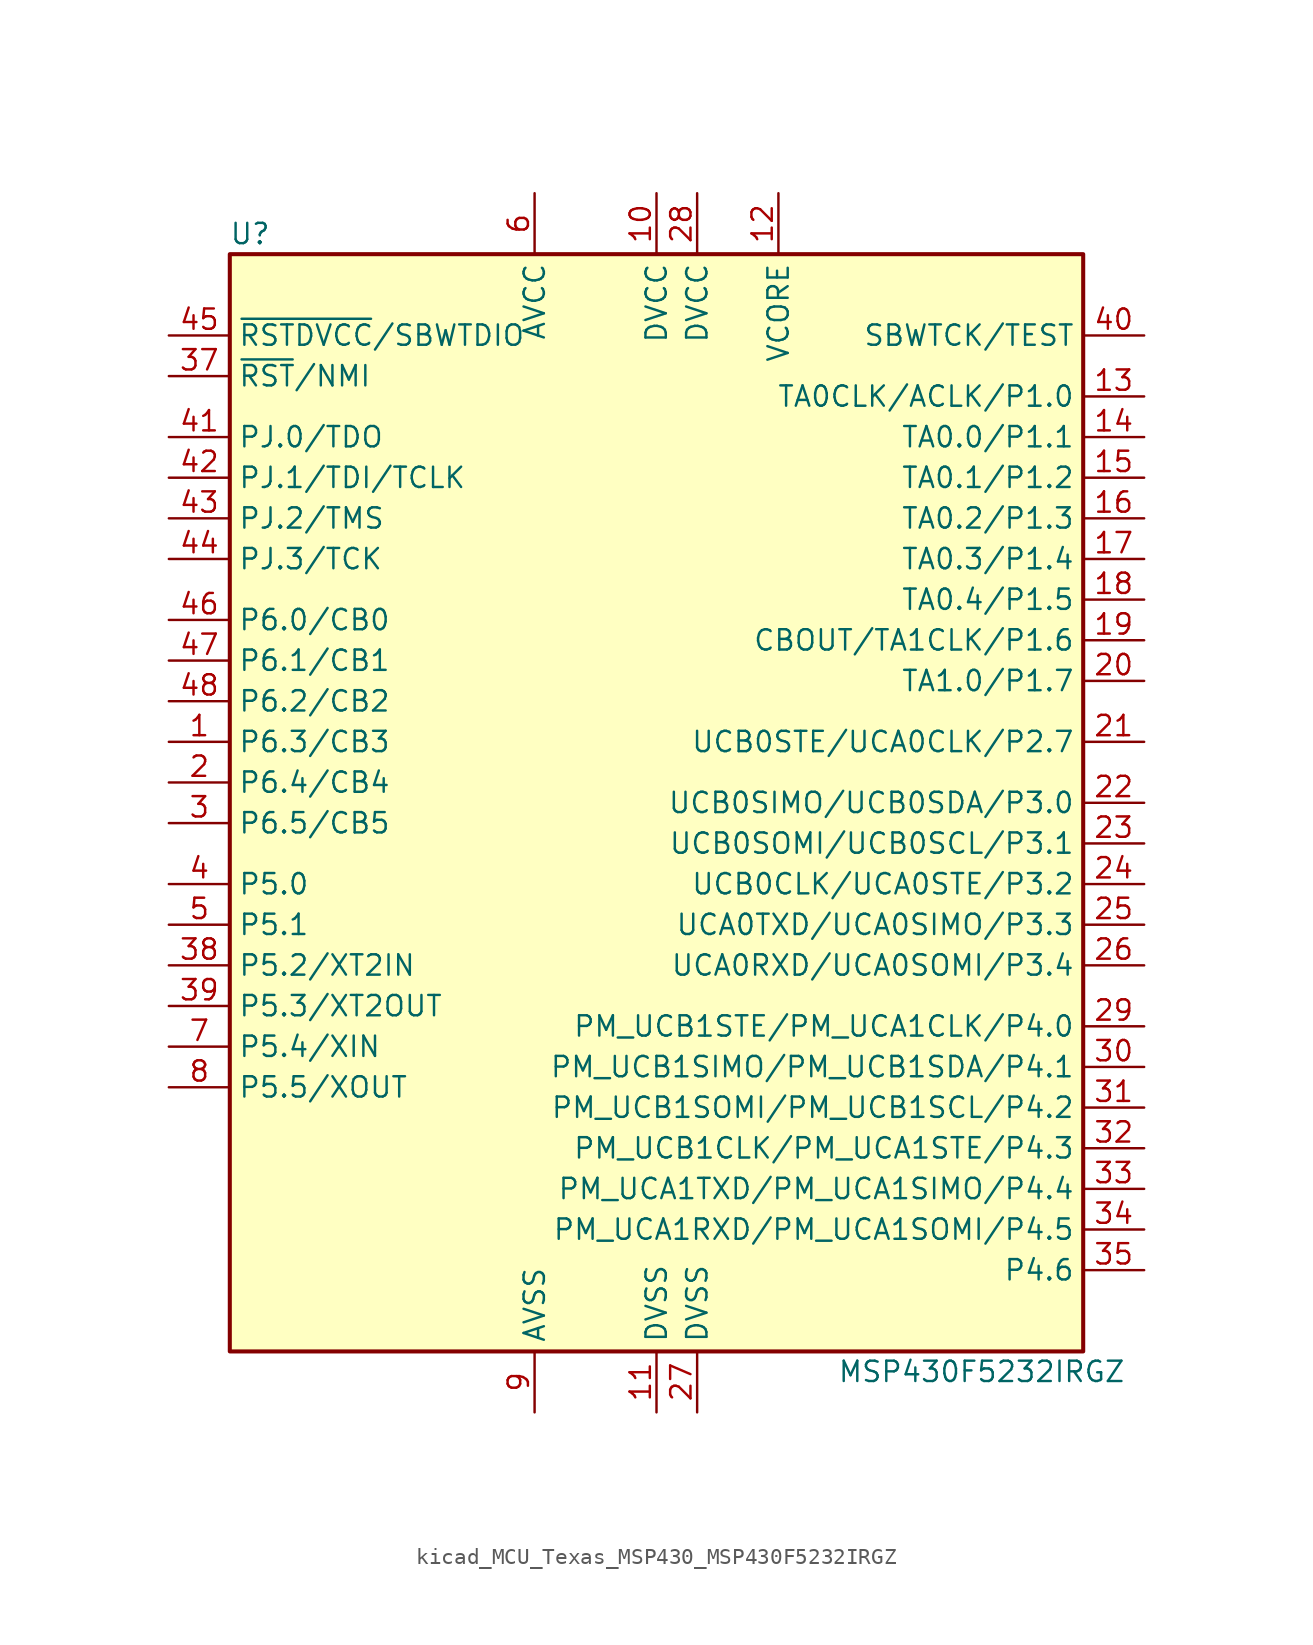
<source format=kicad_sym>
(kicad_symbol_lib
  (version 20220914)
  (generator kicad_symbol_editor)
  (symbol "kicad_MCU_Texas_MSP430_MSP430F5232IRGZ"
    (property "Reference" "U"
      (at -25.4 35.56 0)
      (effects (font (size 1.27 1.27))))
    (property "Value" "MSP430F5232IRGZ"
      (at 20.32 -35.56 0)
      (effects (font (size 1.27 1.27))))
    (symbol "kicad_MCU_Texas_MSP430_MSP430F5232IRGZ_0_1"
      (rectangle (start -26.67 34.29) (end 26.67 -34.29) (stroke (width 0.254) (type default)) (fill (type background))))
    (symbol "kicad_MCU_Texas_MSP430_MSP430F5232IRGZ_1_1"
      (pin bidirectional line (at -30.48 3.81 0) (length 3.81) (name "P6.3/CB3" (effects (font (size 1.27 1.27)))) (number "1" (effects (font (size 1.27 1.27)))))
      (pin power_in line (at 0 38.1 270) (length 3.81) (name "DVCC" (effects (font (size 1.27 1.27)))) (number "10" (effects (font (size 1.27 1.27)))))
      (pin power_in line (at 0 -38.1 90) (length 3.81) (name "DVSS" (effects (font (size 1.27 1.27)))) (number "11" (effects (font (size 1.27 1.27)))))
      (pin passive line (at 7.62 38.1 270) (length 3.81) (name "VCORE" (effects (font (size 1.27 1.27)))) (number "12" (effects (font (size 1.27 1.27)))))
      (pin bidirectional line (at 30.48 25.4 180) (length 3.81) (name "TA0CLK/ACLK/P1.0" (effects (font (size 1.27 1.27)))) (number "13" (effects (font (size 1.27 1.27)))))
      (pin bidirectional line (at 30.48 22.86 180) (length 3.81) (name "TA0.0/P1.1" (effects (font (size 1.27 1.27)))) (number "14" (effects (font (size 1.27 1.27)))))
      (pin bidirectional line (at 30.48 20.32 180) (length 3.81) (name "TA0.1/P1.2" (effects (font (size 1.27 1.27)))) (number "15" (effects (font (size 1.27 1.27)))))
      (pin bidirectional line (at 30.48 17.78 180) (length 3.81) (name "TA0.2/P1.3" (effects (font (size 1.27 1.27)))) (number "16" (effects (font (size 1.27 1.27)))))
      (pin bidirectional line (at 30.48 15.24 180) (length 3.81) (name "TA0.3/P1.4" (effects (font (size 1.27 1.27)))) (number "17" (effects (font (size 1.27 1.27)))))
      (pin bidirectional line (at 30.48 12.7 180) (length 3.81) (name "TA0.4/P1.5" (effects (font (size 1.27 1.27)))) (number "18" (effects (font (size 1.27 1.27)))))
      (pin bidirectional line (at 30.48 10.16 180) (length 3.81) (name "CBOUT/TA1CLK/P1.6" (effects (font (size 1.27 1.27)))) (number "19" (effects (font (size 1.27 1.27)))))
      (pin bidirectional line (at -30.48 1.27 0) (length 3.81) (name "P6.4/CB4" (effects (font (size 1.27 1.27)))) (number "2" (effects (font (size 1.27 1.27)))))
      (pin bidirectional line (at 30.48 7.62 180) (length 3.81) (name "TA1.0/P1.7" (effects (font (size 1.27 1.27)))) (number "20" (effects (font (size 1.27 1.27)))))
      (pin bidirectional line (at 30.48 3.81 180) (length 3.81) (name "UCB0STE/UCA0CLK/P2.7" (effects (font (size 1.27 1.27)))) (number "21" (effects (font (size 1.27 1.27)))))
      (pin bidirectional line (at 30.48 0 180) (length 3.81) (name "UCB0SIMO/UCB0SDA/P3.0" (effects (font (size 1.27 1.27)))) (number "22" (effects (font (size 1.27 1.27)))))
      (pin bidirectional line (at 30.48 -2.54 180) (length 3.81) (name "UCB0SOMI/UCB0SCL/P3.1" (effects (font (size 1.27 1.27)))) (number "23" (effects (font (size 1.27 1.27)))))
      (pin bidirectional line (at 30.48 -5.08 180) (length 3.81) (name "UCB0CLK/UCA0STE/P3.2" (effects (font (size 1.27 1.27)))) (number "24" (effects (font (size 1.27 1.27)))))
      (pin bidirectional line (at 30.48 -7.62 180) (length 3.81) (name "UCA0TXD/UCA0SIMO/P3.3" (effects (font (size 1.27 1.27)))) (number "25" (effects (font (size 1.27 1.27)))))
      (pin bidirectional line (at 30.48 -10.16 180) (length 3.81) (name "UCA0RXD/UCA0SOMI/P3.4" (effects (font (size 1.27 1.27)))) (number "26" (effects (font (size 1.27 1.27)))))
      (pin power_in line (at 2.54 -38.1 90) (length 3.81) (name "DVSS" (effects (font (size 1.27 1.27)))) (number "27" (effects (font (size 1.27 1.27)))))
      (pin power_in line (at 2.54 38.1 270) (length 3.81) (name "DVCC" (effects (font (size 1.27 1.27)))) (number "28" (effects (font (size 1.27 1.27)))))
      (pin bidirectional line (at 30.48 -13.97 180) (length 3.81) (name "PM_UCB1STE/PM_UCA1CLK/P4.0" (effects (font (size 1.27 1.27)))) (number "29" (effects (font (size 1.27 1.27)))))
      (pin bidirectional line (at -30.48 -1.27 0) (length 3.81) (name "P6.5/CB5" (effects (font (size 1.27 1.27)))) (number "3" (effects (font (size 1.27 1.27)))))
      (pin bidirectional line (at 30.48 -16.51 180) (length 3.81) (name "PM_UCB1SIMO/PM_UCB1SDA/P4.1" (effects (font (size 1.27 1.27)))) (number "30" (effects (font (size 1.27 1.27)))))
      (pin bidirectional line (at 30.48 -19.05 180) (length 3.81) (name "PM_UCB1SOMI/PM_UCB1SCL/P4.2" (effects (font (size 1.27 1.27)))) (number "31" (effects (font (size 1.27 1.27)))))
      (pin bidirectional line (at 30.48 -21.59 180) (length 3.81) (name "PM_UCB1CLK/PM_UCA1STE/P4.3" (effects (font (size 1.27 1.27)))) (number "32" (effects (font (size 1.27 1.27)))))
      (pin bidirectional line (at 30.48 -24.13 180) (length 3.81) (name "PM_UCA1TXD/PM_UCA1SIMO/P4.4" (effects (font (size 1.27 1.27)))) (number "33" (effects (font (size 1.27 1.27)))))
      (pin bidirectional line (at 30.48 -26.67 180) (length 3.81) (name "PM_UCA1RXD/PM_UCA1SOMI/P4.5" (effects (font (size 1.27 1.27)))) (number "34" (effects (font (size 1.27 1.27)))))
      (pin bidirectional line (at 30.48 -29.21 180) (length 3.81) (name "P4.6" (effects (font (size 1.27 1.27)))) (number "35" (effects (font (size 1.27 1.27)))))
      (pin input line (at -30.48 26.67 0) (length 3.81) (name "~{RST}/NMI" (effects (font (size 1.27 1.27)))) (number "37" (effects (font (size 1.27 1.27)))))
      (pin bidirectional line (at -30.48 -10.16 0) (length 3.81) (name "P5.2/XT2IN" (effects (font (size 1.27 1.27)))) (number "38" (effects (font (size 1.27 1.27)))))
      (pin bidirectional line (at -30.48 -12.7 0) (length 3.81) (name "P5.3/XT2OUT" (effects (font (size 1.27 1.27)))) (number "39" (effects (font (size 1.27 1.27)))))
      (pin bidirectional line (at -30.48 -5.08 0) (length 3.81) (name "P5.0" (effects (font (size 1.27 1.27)))) (number "4" (effects (font (size 1.27 1.27)))))
      (pin input line (at 30.48 29.21 180) (length 3.81) (name "SBWTCK/TEST" (effects (font (size 1.27 1.27)))) (number "40" (effects (font (size 1.27 1.27)))))
      (pin bidirectional line (at -30.48 22.86 0) (length 3.81) (name "PJ.0/TDO" (effects (font (size 1.27 1.27)))) (number "41" (effects (font (size 1.27 1.27)))))
      (pin bidirectional line (at -30.48 20.32 0) (length 3.81) (name "PJ.1/TDI/TCLK" (effects (font (size 1.27 1.27)))) (number "42" (effects (font (size 1.27 1.27)))))
      (pin bidirectional line (at -30.48 17.78 0) (length 3.81) (name "PJ.2/TMS" (effects (font (size 1.27 1.27)))) (number "43" (effects (font (size 1.27 1.27)))))
      (pin bidirectional line (at -30.48 15.24 0) (length 3.81) (name "PJ.3/TCK" (effects (font (size 1.27 1.27)))) (number "44" (effects (font (size 1.27 1.27)))))
      (pin bidirectional line (at -30.48 29.21 0) (length 3.81) (name "~{RSTDVCC}/SBWTDIO" (effects (font (size 1.27 1.27)))) (number "45" (effects (font (size 1.27 1.27)))))
      (pin bidirectional line (at -30.48 11.43 0) (length 3.81) (name "P6.0/CB0" (effects (font (size 1.27 1.27)))) (number "46" (effects (font (size 1.27 1.27)))))
      (pin bidirectional line (at -30.48 8.89 0) (length 3.81) (name "P6.1/CB1" (effects (font (size 1.27 1.27)))) (number "47" (effects (font (size 1.27 1.27)))))
      (pin bidirectional line (at -30.48 6.35 0) (length 3.81) (name "P6.2/CB2" (effects (font (size 1.27 1.27)))) (number "48" (effects (font (size 1.27 1.27)))))
      (pin bidirectional line (at -30.48 -7.62 0) (length 3.81) (name "P5.1" (effects (font (size 1.27 1.27)))) (number "5" (effects (font (size 1.27 1.27)))))
      (pin power_in line (at -7.62 38.1 270) (length 3.81) (name "AVCC" (effects (font (size 1.27 1.27)))) (number "6" (effects (font (size 1.27 1.27)))))
      (pin bidirectional line (at -30.48 -15.24 0) (length 3.81) (name "P5.4/XIN" (effects (font (size 1.27 1.27)))) (number "7" (effects (font (size 1.27 1.27)))))
      (pin bidirectional line (at -30.48 -17.78 0) (length 3.81) (name "P5.5/XOUT" (effects (font (size 1.27 1.27)))) (number "8" (effects (font (size 1.27 1.27)))))
      (pin power_in line (at -7.62 -38.1 90) (length 3.81) (name "AVSS" (effects (font (size 1.27 1.27)))) (number "9" (effects (font (size 1.27 1.27))))))))
</source>
